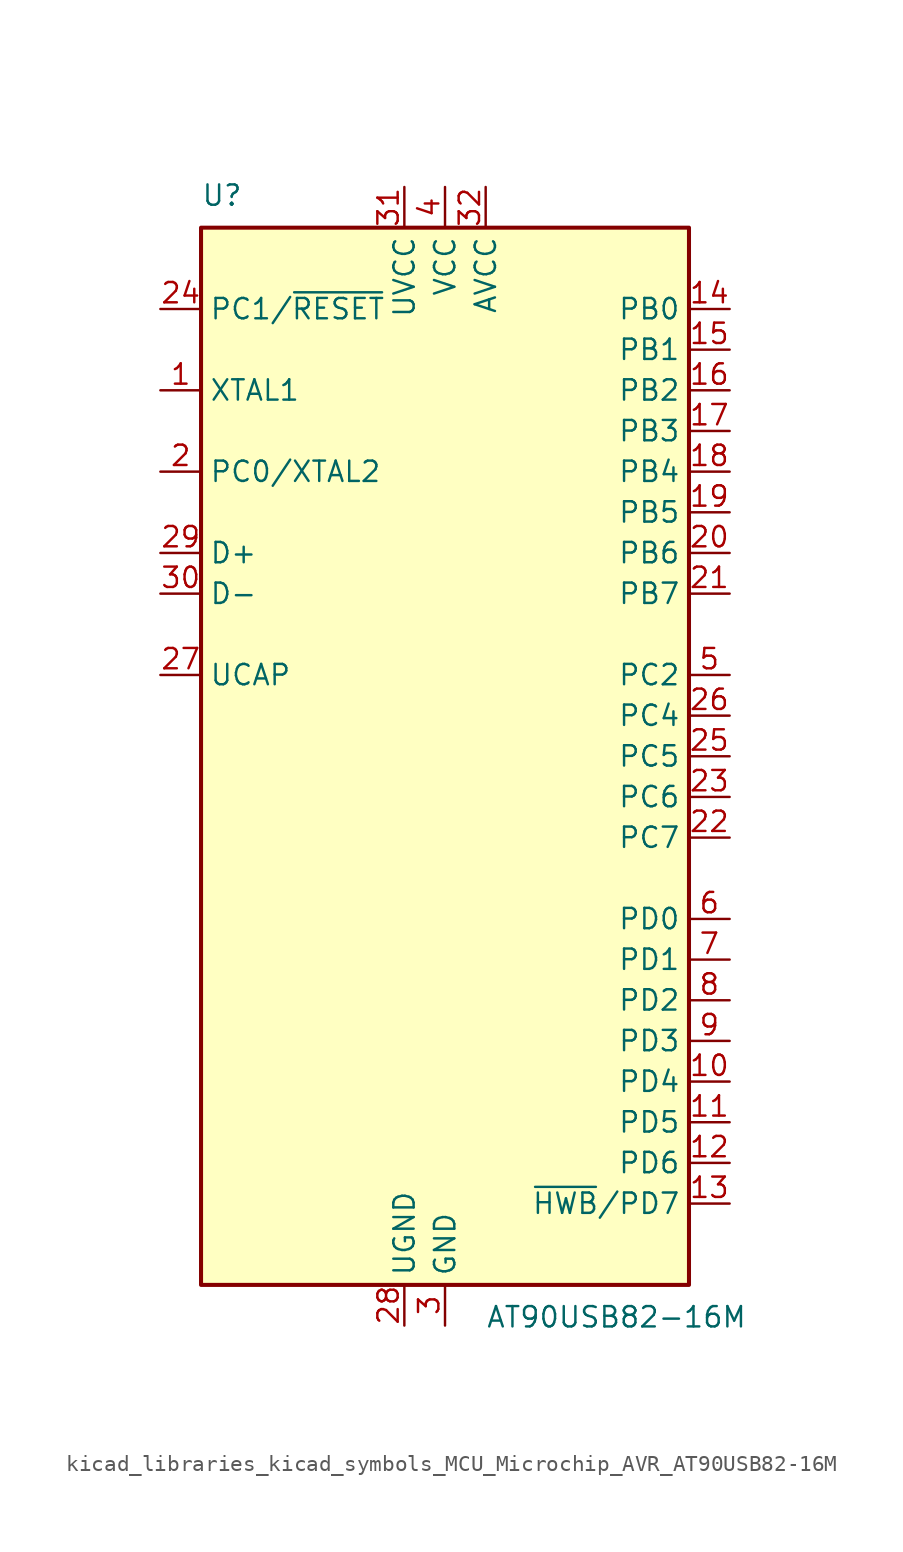
<source format=kicad_sym>
(kicad_symbol_lib
  (version 20220914)
  (generator kicad_symbol_editor)
  (symbol "kicad_libraries_kicad_symbols_MCU_Microchip_AVR_AT90USB82-16M"
    (property "Reference" "U"
      (at -15.24 34.29 0)
      (effects (font (size 1.27 1.27)) (justify left bottom)))
    (property "Value" "AT90USB82-16M"
      (at 2.54 -34.29 0)
      (effects (font (size 1.27 1.27)) (justify left top)))
    (symbol "kicad_libraries_kicad_symbols_MCU_Microchip_AVR_AT90USB82-16M_0_1"
      (rectangle (start -15.24 -33.02) (end 15.24 33.02) (stroke (width 0.254) (type default)) (fill (type background))))
    (symbol "kicad_libraries_kicad_symbols_MCU_Microchip_AVR_AT90USB82-16M_1_1"
      (pin input line (at -17.78 22.86 0) (length 2.54) (name "XTAL1" (effects (font (size 1.27 1.27)))) (number "1" (effects (font (size 1.27 1.27)))))
      (pin bidirectional line (at 17.78 -20.32 180) (length 2.54) (name "PD4" (effects (font (size 1.27 1.27)))) (number "10" (effects (font (size 1.27 1.27)))))
      (pin bidirectional line (at 17.78 -22.86 180) (length 2.54) (name "PD5" (effects (font (size 1.27 1.27)))) (number "11" (effects (font (size 1.27 1.27)))))
      (pin bidirectional line (at 17.78 -25.4 180) (length 2.54) (name "PD6" (effects (font (size 1.27 1.27)))) (number "12" (effects (font (size 1.27 1.27)))))
      (pin bidirectional line (at 17.78 -27.94 180) (length 2.54) (name "~{HWB}/PD7" (effects (font (size 1.27 1.27)))) (number "13" (effects (font (size 1.27 1.27)))))
      (pin bidirectional line (at 17.78 27.94 180) (length 2.54) (name "PB0" (effects (font (size 1.27 1.27)))) (number "14" (effects (font (size 1.27 1.27)))))
      (pin bidirectional line (at 17.78 25.4 180) (length 2.54) (name "PB1" (effects (font (size 1.27 1.27)))) (number "15" (effects (font (size 1.27 1.27)))))
      (pin bidirectional line (at 17.78 22.86 180) (length 2.54) (name "PB2" (effects (font (size 1.27 1.27)))) (number "16" (effects (font (size 1.27 1.27)))))
      (pin bidirectional line (at 17.78 20.32 180) (length 2.54) (name "PB3" (effects (font (size 1.27 1.27)))) (number "17" (effects (font (size 1.27 1.27)))))
      (pin bidirectional line (at 17.78 17.78 180) (length 2.54) (name "PB4" (effects (font (size 1.27 1.27)))) (number "18" (effects (font (size 1.27 1.27)))))
      (pin bidirectional line (at 17.78 15.24 180) (length 2.54) (name "PB5" (effects (font (size 1.27 1.27)))) (number "19" (effects (font (size 1.27 1.27)))))
      (pin bidirectional line (at -17.78 17.78 0) (length 2.54) (name "PC0/XTAL2" (effects (font (size 1.27 1.27)))) (number "2" (effects (font (size 1.27 1.27)))))
      (pin bidirectional line (at 17.78 12.7 180) (length 2.54) (name "PB6" (effects (font (size 1.27 1.27)))) (number "20" (effects (font (size 1.27 1.27)))))
      (pin bidirectional line (at 17.78 10.16 180) (length 2.54) (name "PB7" (effects (font (size 1.27 1.27)))) (number "21" (effects (font (size 1.27 1.27)))))
      (pin bidirectional line (at 17.78 -5.08 180) (length 2.54) (name "PC7" (effects (font (size 1.27 1.27)))) (number "22" (effects (font (size 1.27 1.27)))))
      (pin bidirectional line (at 17.78 -2.54 180) (length 2.54) (name "PC6" (effects (font (size 1.27 1.27)))) (number "23" (effects (font (size 1.27 1.27)))))
      (pin bidirectional line (at -17.78 27.94 0) (length 2.54) (name "PC1/~{RESET}" (effects (font (size 1.27 1.27)))) (number "24" (effects (font (size 1.27 1.27)))))
      (pin bidirectional line (at 17.78 0 180) (length 2.54) (name "PC5" (effects (font (size 1.27 1.27)))) (number "25" (effects (font (size 1.27 1.27)))))
      (pin bidirectional line (at 17.78 2.54 180) (length 2.54) (name "PC4" (effects (font (size 1.27 1.27)))) (number "26" (effects (font (size 1.27 1.27)))))
      (pin passive line (at -17.78 5.08 0) (length 2.54) (name "UCAP" (effects (font (size 1.27 1.27)))) (number "27" (effects (font (size 1.27 1.27)))))
      (pin power_in line (at -2.54 -35.56 90) (length 2.54) (name "UGND" (effects (font (size 1.27 1.27)))) (number "28" (effects (font (size 1.27 1.27)))))
      (pin bidirectional line (at -17.78 12.7 0) (length 2.54) (name "D+" (effects (font (size 1.27 1.27)))) (number "29" (effects (font (size 1.27 1.27)))))
      (pin power_in line (at 0 -35.56 90) (length 2.54) (name "GND" (effects (font (size 1.27 1.27)))) (number "3" (effects (font (size 1.27 1.27)))))
      (pin bidirectional line (at -17.78 10.16 0) (length 2.54) (name "D-" (effects (font (size 1.27 1.27)))) (number "30" (effects (font (size 1.27 1.27)))))
      (pin power_in line (at -2.54 35.56 270) (length 2.54) (name "UVCC" (effects (font (size 1.27 1.27)))) (number "31" (effects (font (size 1.27 1.27)))))
      (pin power_in line (at 2.54 35.56 270) (length 2.54) (name "AVCC" (effects (font (size 1.27 1.27)))) (number "32" (effects (font (size 1.27 1.27)))))
      (pin passive line (at 0 -35.56 90) (length 2.54) hide (name "GND" (effects (font (size 1.27 1.27)))) (number "33" (effects (font (size 1.27 1.27)))))
      (pin power_in line (at 0 35.56 270) (length 2.54) (name "VCC" (effects (font (size 1.27 1.27)))) (number "4" (effects (font (size 1.27 1.27)))))
      (pin bidirectional line (at 17.78 5.08 180) (length 2.54) (name "PC2" (effects (font (size 1.27 1.27)))) (number "5" (effects (font (size 1.27 1.27)))))
      (pin bidirectional line (at 17.78 -10.16 180) (length 2.54) (name "PD0" (effects (font (size 1.27 1.27)))) (number "6" (effects (font (size 1.27 1.27)))))
      (pin bidirectional line (at 17.78 -12.7 180) (length 2.54) (name "PD1" (effects (font (size 1.27 1.27)))) (number "7" (effects (font (size 1.27 1.27)))))
      (pin bidirectional line (at 17.78 -15.24 180) (length 2.54) (name "PD2" (effects (font (size 1.27 1.27)))) (number "8" (effects (font (size 1.27 1.27)))))
      (pin bidirectional line (at 17.78 -17.78 180) (length 2.54) (name "PD3" (effects (font (size 1.27 1.27)))) (number "9" (effects (font (size 1.27 1.27))))))))
</source>
